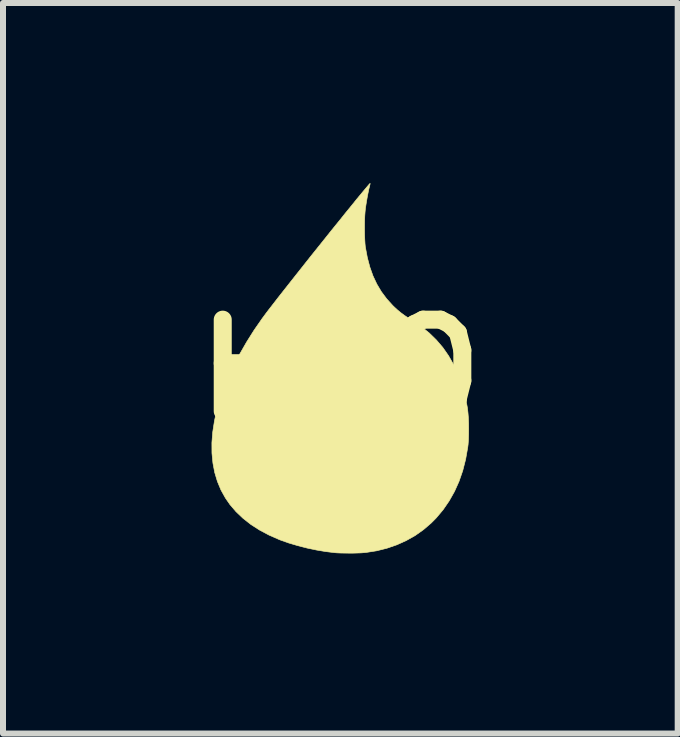
<source format=kicad_pcb>
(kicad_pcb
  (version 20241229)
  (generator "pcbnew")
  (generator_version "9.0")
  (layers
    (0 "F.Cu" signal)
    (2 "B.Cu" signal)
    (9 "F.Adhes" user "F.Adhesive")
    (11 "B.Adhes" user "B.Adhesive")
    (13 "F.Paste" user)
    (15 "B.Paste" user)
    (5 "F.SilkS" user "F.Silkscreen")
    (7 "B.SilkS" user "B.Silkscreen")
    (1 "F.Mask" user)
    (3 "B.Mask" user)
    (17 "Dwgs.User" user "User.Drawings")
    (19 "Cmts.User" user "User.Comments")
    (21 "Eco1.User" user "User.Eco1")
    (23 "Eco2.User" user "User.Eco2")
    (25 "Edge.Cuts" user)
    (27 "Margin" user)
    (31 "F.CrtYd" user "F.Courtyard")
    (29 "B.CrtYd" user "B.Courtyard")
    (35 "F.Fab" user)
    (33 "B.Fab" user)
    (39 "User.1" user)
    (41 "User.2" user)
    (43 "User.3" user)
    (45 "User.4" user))
  (footprint "H2O"
    (layer "F.Cu")
    (at 2.62 3.11)
    (property "Reference" "H2O" (at 0 0 0) (layer "F.SilkS") (effects (font (size 1.524 1.524) (thickness 0.3))))
    (attr through_hole)
    (fp_poly (pts (xy 0.496 -3.096) (xy 0.491 -3.076) (xy 0.487 -3.056) (xy 0.475 -3.01) (xy 0.463 -2.952) (xy 0.45 -2.886) (xy 0.438 -2.817) (xy 0.427 -2.749) (xy 0.418 -2.687) (xy 0.412 -2.631) (xy 0.407 -2.563) (xy 0.404 -2.487) (xy 0.403 -2.405) (xy 0.403 -2.322) (xy 0.404 -2.242) (xy 0.407 -2.166) (xy 0.411 -2.1) (xy 0.416 -2.047) (xy 0.418 -2.038) (xy 0.45 -1.867) (xy 0.492 -1.709) (xy 0.544 -1.563) (xy 0.608 -1.427) (xy 0.683 -1.301) (xy 0.771 -1.183) (xy 0.871 -1.072) (xy 0.9 -1.044) (xy 0.951 -0.997) (xy 1.004 -0.953) (xy 1.062 -0.91) (xy 1.128 -0.865) (xy 1.198 -0.821) (xy 1.346 -0.721) (xy 1.479 -0.614) (xy 1.599 -0.497) (xy 1.707 -0.371) (xy 1.803 -0.233) (xy 1.888 -0.083) (xy 1.891 -0.078) (xy 1.956 0.061) (xy 2.011 0.2) (xy 2.055 0.344) (xy 2.092 0.498) (xy 2.118 0.643) (xy 2.126 0.715) (xy 2.133 0.799) (xy 2.137 0.89) (xy 2.138 0.985) (xy 2.137 1.08) (xy 2.134 1.169) (xy 2.128 1.249) (xy 2.122 1.295) (xy 2.087 1.493) (xy 2.039 1.681) (xy 1.977 1.86) (xy 1.902 2.027) (xy 1.813 2.185) (xy 1.712 2.332) (xy 1.598 2.468) (xy 1.514 2.553) (xy 1.386 2.663) (xy 1.248 2.761) (xy 1.099 2.845) (xy 0.942 2.916) (xy 0.777 2.973) (xy 0.605 3.016) (xy 0.427 3.044) (xy 0.394 3.047) (xy 0.345 3.051) (xy 0.284 3.053) (xy 0.214 3.055) (xy 0.14 3.055) (xy 0.066 3.054) (xy -0.003 3.053) (xy -0.063 3.05) (xy -0.097 3.047) (xy -0.244 3.029) (xy -0.399 3.003) (xy -0.556 2.97) (xy -0.711 2.93) (xy -0.86 2.886) (xy -0.998 2.837) (xy -1.016 2.83) (xy -1.187 2.755) (xy -1.345 2.671) (xy -1.49 2.578) (xy -1.62 2.476) (xy -1.737 2.365) (xy -1.839 2.246) (xy -1.915 2.136) (xy -1.989 2.003) (xy -2.048 1.861) (xy -2.093 1.712) (xy -2.123 1.554) (xy -2.139 1.389) (xy -2.14 1.216) (xy -2.126 1.037) (xy -2.097 0.851) (xy -2.066 0.705) (xy -2.015 0.52) (xy -1.949 0.329) (xy -1.87 0.134) (xy -1.779 -0.064) (xy -1.675 -0.264) (xy -1.561 -0.463) (xy -1.437 -0.66) (xy -1.303 -0.853) (xy -1.236 -0.944) (xy -1.194 -0.999) (xy -1.145 -1.062) (xy -1.09 -1.133) (xy -1.029 -1.212) (xy -0.962 -1.297) (xy -0.891 -1.387) (xy -0.816 -1.482) (xy -0.738 -1.581) (xy -0.657 -1.683) (xy -0.575 -1.787) (xy -0.491 -1.893) (xy -0.406 -1.999) (xy -0.321 -2.105) (xy -0.237 -2.21) (xy -0.155 -2.313) (xy -0.074 -2.413) (xy 0.004 -2.509) (xy 0.078 -2.602) (xy 0.149 -2.689) (xy 0.215 -2.77) (xy 0.275 -2.845) (xy 0.33 -2.911) (xy 0.378 -2.969) (xy 0.419 -3.018) (xy 0.452 -3.057) (xy 0.476 -3.085) (xy 0.491 -3.101) (xy 0.496 -3.105) (xy 0.496 -3.096)) (stroke (width 0.01) (type solid)) (fill yes) (layer "F.SilkS")))
  (gr_rect
    (start -3 -3)
    (end 8.24 9.17)
    (stroke (width 0.1) (type default))
    (fill no)
    (layer "Edge.Cuts")))
</source>
